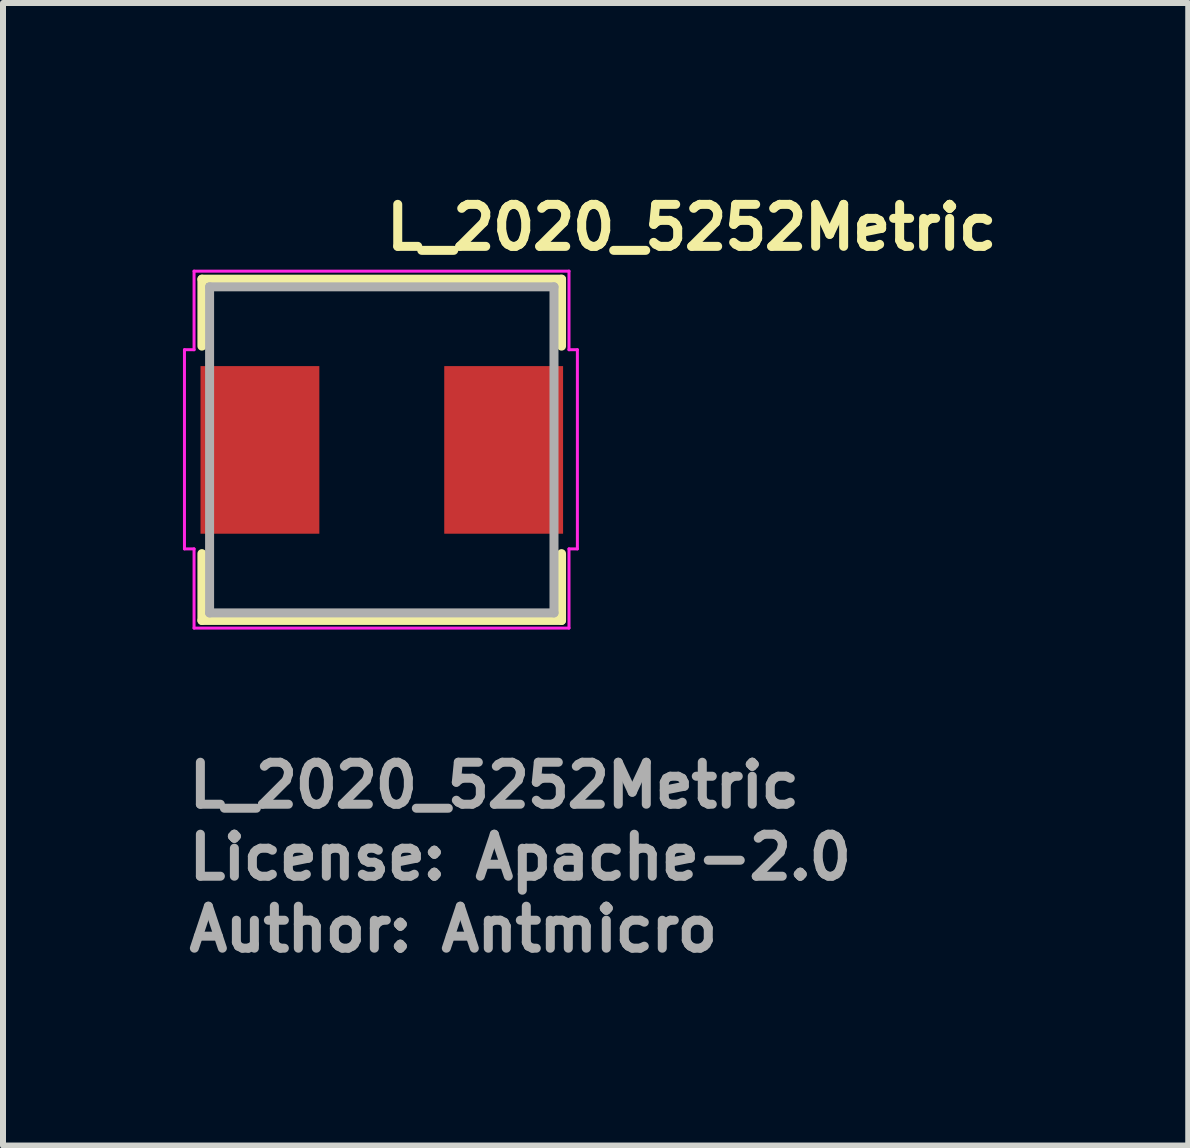
<source format=kicad_pcb>
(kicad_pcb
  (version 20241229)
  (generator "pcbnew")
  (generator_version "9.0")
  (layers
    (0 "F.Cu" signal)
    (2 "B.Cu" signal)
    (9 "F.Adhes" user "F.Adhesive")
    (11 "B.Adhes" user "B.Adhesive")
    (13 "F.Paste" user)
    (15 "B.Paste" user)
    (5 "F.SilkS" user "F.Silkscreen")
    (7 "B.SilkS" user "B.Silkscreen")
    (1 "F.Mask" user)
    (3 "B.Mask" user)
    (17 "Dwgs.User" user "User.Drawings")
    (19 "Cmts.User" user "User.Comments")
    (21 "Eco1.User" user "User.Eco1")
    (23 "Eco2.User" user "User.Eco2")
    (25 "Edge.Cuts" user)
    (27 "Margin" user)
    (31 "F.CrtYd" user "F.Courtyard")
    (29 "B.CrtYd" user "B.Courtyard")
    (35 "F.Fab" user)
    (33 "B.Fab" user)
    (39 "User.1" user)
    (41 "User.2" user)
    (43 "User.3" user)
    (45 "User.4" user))
  (footprint "L_2020_5252Metric"
    (layer "F.Cu")
    (at 3.315 4.45)
    (property "Reference" "L_2020_5252Metric" (at 0 -3.3 0) (layer "F.SilkS") (effects (font (size 0.7 0.7) (thickness 0.15)) (justify left bottom)))
    (attr smd)
    (fp_line (start -2.999 -2.846) (end -2.999 -1.73) (stroke (width 0.15) (type solid)) (layer "F.SilkS"))
    (fp_line (start -2.999 1.729) (end -2.999 2.843) (stroke (width 0.15) (type solid)) (layer "F.SilkS"))
    (fp_line (start -2.999 2.843) (end 2.996 2.843) (stroke (width 0.15) (type solid)) (layer "F.SilkS"))
    (fp_line (start 2.996 -2.846) (end -2.999 -2.846) (stroke (width 0.15) (type solid)) (layer "F.SilkS"))
    (fp_line (start 2.996 -1.73) (end 2.996 -2.846) (stroke (width 0.15) (type solid)) (layer "F.SilkS"))
    (fp_line (start 2.996 2.843) (end 2.996 1.729) (stroke (width 0.15) (type solid)) (layer "F.SilkS"))
    (fp_line (start -3.29 -1.67) (end -3.13 -1.67) (stroke (width 0.05) (type solid)) (layer "F.CrtYd"))
    (fp_line (start -3.29 1.65) (end -3.29 -1.67) (stroke (width 0.05) (type solid)) (layer "F.CrtYd"))
    (fp_line (start -3.13 -2.98) (end 3.12 -2.98) (stroke (width 0.05) (type solid)) (layer "F.CrtYd"))
    (fp_line (start -3.13 -1.67) (end -3.13 -2.98) (stroke (width 0.05) (type solid)) (layer "F.CrtYd"))
    (fp_line (start -3.13 1.65) (end -3.29 1.65) (stroke (width 0.05) (type solid)) (layer "F.CrtYd"))
    (fp_line (start -3.13 2.97) (end -3.13 1.65) (stroke (width 0.05) (type solid)) (layer "F.CrtYd"))
    (fp_line (start 3.12 -2.98) (end 3.12 -1.67) (stroke (width 0.05) (type solid)) (layer "F.CrtYd"))
    (fp_line (start 3.12 -1.67) (end 3.26 -1.67) (stroke (width 0.05) (type solid)) (layer "F.CrtYd"))
    (fp_line (start 3.12 1.65) (end 3.12 2.97) (stroke (width 0.05) (type solid)) (layer "F.CrtYd"))
    (fp_line (start 3.12 2.97) (end -3.13 2.97) (stroke (width 0.05) (type solid)) (layer "F.CrtYd"))
    (fp_line (start 3.26 -1.67) (end 3.26 1.65) (stroke (width 0.05) (type solid)) (layer "F.CrtYd"))
    (fp_line (start 3.26 1.65) (end 3.12 1.65) (stroke (width 0.05) (type solid)) (layer "F.CrtYd"))
    (fp_line (start -2.871 -2.718) (end -2.871 2.717) (stroke (width 0.15) (type solid)) (layer "F.Fab"))
    (fp_line (start -2.871 2.717) (end 2.87 2.717) (stroke (width 0.15) (type solid)) (layer "F.Fab"))
    (fp_line (start 2.87 -2.718) (end -2.871 -2.718) (stroke (width 0.15) (type solid)) (layer "F.Fab"))
    (fp_line (start 2.87 2.717) (end 2.87 -2.718) (stroke (width 0.15) (type solid)) (layer "F.Fab"))
    (fp_rect (start -2.871 -2.718) (end 2.87 2.717) (stroke (width 0.1) (type solid)) (fill no) (layer "User.5"))
    (fp_line (start -2.871 -1.397) (end -2.711 -1.397) (stroke (width 0.02) (type solid)) (layer "User.9"))
    (fp_line (start -2.871 1.396) (end -2.871 -1.397) (stroke (width 0.02) (type solid)) (layer "User.9"))
    (fp_line (start -2.711 -2.718) (end 2.709 -2.718) (stroke (width 0.02) (type solid)) (layer "User.9"))
    (fp_line (start -2.711 1.396) (end -2.871 1.396) (stroke (width 0.02) (type solid)) (layer "User.9"))
    (fp_line (start -2.711 2.717) (end -2.711 -2.718) (stroke (width 0.02) (type solid)) (layer "User.9"))
    (fp_line (start -2.605 -2.609) (end -2.605 2.608) (stroke (width 0.02) (type solid)) (layer "User.9"))
    (fp_line (start -2.605 2.608) (end -1.518 2.608) (stroke (width 0.02) (type solid)) (layer "User.9"))
    (fp_line (start -1.518 -2.609) (end -2.605 -2.609) (stroke (width 0.02) (type solid)) (layer "User.9"))
    (fp_line (start -1.518 2.608) (end -1.518 -2.609) (stroke (width 0.02) (type solid)) (layer "User.9"))
    (fp_line (start 2.709 -2.718) (end 2.709 2.717) (stroke (width 0.02) (type solid)) (layer "User.9"))
    (fp_line (start 2.709 -1.397) (end 2.87 -1.397) (stroke (width 0.02) (type solid)) (layer "User.9"))
    (fp_line (start 2.709 2.717) (end -2.711 2.717) (stroke (width 0.02) (type solid)) (layer "User.9"))
    (fp_line (start 2.87 -1.397) (end 2.87 1.396) (stroke (width 0.02) (type solid)) (layer "User.9"))
    (fp_line (start 2.87 1.396) (end 2.709 1.396) (stroke (width 0.02) (type solid)) (layer "User.9"))
    (fp_text user "Author: Antmicro" (at -3.29 8.4 0) (layer "F.Fab") (effects (font (size 0.7 0.7) (thickness 0.15)) (justify left bottom)))
    (fp_text user "${REFERENCE}" (at -3.29 6 0) (layer "F.Fab") (effects (font (size 0.7 0.7) (thickness 0.15)) (justify left bottom)))
    (fp_text user "License: Apache-2.0" (at -3.29 7.2 0) (layer "F.Fab") (effects (font (size 0.7 0.7) (thickness 0.15)) (justify left bottom)))
    (pad "1" smd rect (at -2.032 0 90) (size 2.794 1.981) (layers "F.Cu" "F.Mask" "F.Paste"))
    (pad "2" smd rect (at 2.031 0 90) (size 2.794 1.981) (layers "F.Cu" "F.Mask" "F.Paste")))
  (gr_rect
    (start -3 -3)
    (end 16.758 16.046)
    (stroke (width 0.1) (type default))
    (fill no)
    (layer "Edge.Cuts")))
</source>
